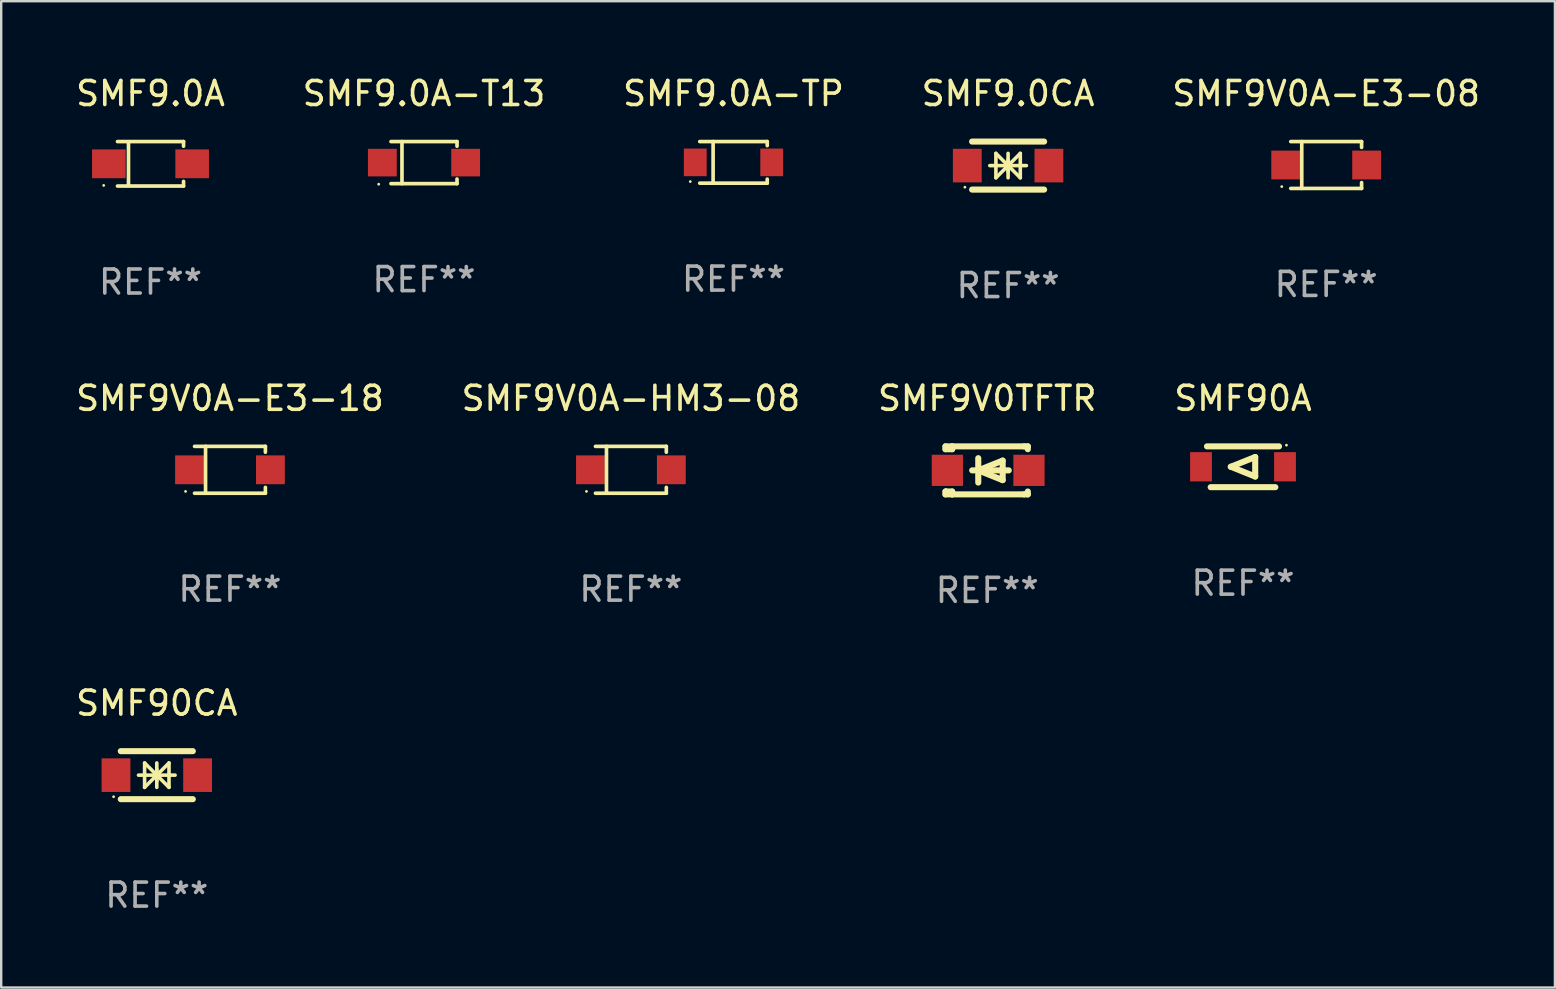
<source format=kicad_pcb>
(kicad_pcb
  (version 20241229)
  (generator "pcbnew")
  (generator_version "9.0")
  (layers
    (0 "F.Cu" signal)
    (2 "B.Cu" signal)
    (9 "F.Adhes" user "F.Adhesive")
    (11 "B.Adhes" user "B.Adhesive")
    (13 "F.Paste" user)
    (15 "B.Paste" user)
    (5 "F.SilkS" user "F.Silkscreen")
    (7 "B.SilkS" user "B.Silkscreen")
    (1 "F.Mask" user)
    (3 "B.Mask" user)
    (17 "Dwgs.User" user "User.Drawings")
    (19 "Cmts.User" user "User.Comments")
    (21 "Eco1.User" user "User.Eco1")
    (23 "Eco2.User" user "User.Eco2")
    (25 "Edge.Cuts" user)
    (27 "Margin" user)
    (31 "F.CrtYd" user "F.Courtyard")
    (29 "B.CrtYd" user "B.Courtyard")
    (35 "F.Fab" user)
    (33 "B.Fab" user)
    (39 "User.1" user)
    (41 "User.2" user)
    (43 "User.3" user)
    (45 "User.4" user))
  (footprint "SMF9V0A-E3-08"
    (layer "F.Cu")
    (at 52.196 3.824)
    (property "Reference" "SMF9V0A-E3-08" (at 0 -2.976 0) (layer "F.SilkS") (effects (font (size 1 1) (thickness 0.15))))
    (attr through_hole)
    (fp_line (start -1.476 -0.976) (end 1.476 -0.976) (stroke (width 0.152) (type solid)) (layer "F.SilkS"))
    (fp_line (start -1.476 0.976) (end 1.476 0.976) (stroke (width 0.152) (type solid)) (layer "F.SilkS"))
    (fp_line (start -1.017 -0.976) (end -1.017 0.976) (stroke (width 0.152) (type solid)) (layer "F.SilkS"))
    (fp_line (start 1.476 -0.976) (end 1.476 -0.733) (stroke (width 0.152) (type solid)) (layer "F.SilkS"))
    (fp_line (start 1.476 0.976) (end 1.476 0.733) (stroke (width 0.152) (type solid)) (layer "F.SilkS"))
    (fp_circle (center -1.85 0.9) (end -1.82 0.9) (stroke (width 0.06) (type solid)) (fill no) (layer "F.SilkS"))
    (fp_text user "REF**" (at 0 4.976 0) (layer "F.Fab") (effects (font (size 1 1) (thickness 0.15))))
    (pad "1" smd rect (at -1.685 0) (size 1.2 1.2) (layers "F.Cu" "F.Mask" "F.Paste"))
    (pad "2" smd rect (at 1.685 0) (size 1.2 1.2) (layers "F.Cu" "F.Mask" "F.Paste")))
  (footprint "SMF9.0A"
    (layer "F.Cu")
    (at 3.22 3.774)
    (property "Reference" "SMF9.0A" (at 0 -2.926 0) (layer "F.SilkS") (effects (font (size 1 1) (thickness 0.15))))
    (attr through_hole)
    (fp_line (start -1.376 -0.926) (end 1.376 -0.926) (stroke (width 0.152) (type solid)) (layer "F.SilkS"))
    (fp_line (start -1.376 0.926) (end 1.376 0.926) (stroke (width 0.152) (type solid)) (layer "F.SilkS"))
    (fp_line (start -0.917 -0.876) (end -0.917 0.876) (stroke (width 0.152) (type solid)) (layer "F.SilkS"))
    (fp_line (start 1.376 -0.926) (end 1.376 -0.733) (stroke (width 0.152) (type solid)) (layer "F.SilkS"))
    (fp_line (start 1.376 0.926) (end 1.376 0.733) (stroke (width 0.152) (type solid)) (layer "F.SilkS"))
    (fp_circle (center -1.95 0.9) (end -1.92 0.9) (stroke (width 0.06) (type solid)) (fill no) (layer "F.SilkS"))
    (fp_text user "REF**" (at 0 4.926 0) (layer "F.Fab") (effects (font (size 1 1) (thickness 0.15))))
    (pad "1" smd rect (at -1.735 0) (size 1.4 1.2) (layers "F.Cu" "F.Mask" "F.Paste"))
    (pad "2" smd rect (at 1.735 0) (size 1.4 1.2) (layers "F.Cu" "F.Mask" "F.Paste")))
  (footprint "SMF9V0TFTR"
    (layer "F.Cu")
    (at 38.077 16.545)
    (property "Reference" "SMF9V0TFTR" (at 0 -3 0) (layer "F.SilkS") (effects (font (size 1 1) (thickness 0.15))))
    (attr through_hole)
    (fp_line (start -1.739 -1) (end -1.739 -0.882) (stroke (width 0.254) (type solid)) (layer "F.SilkS"))
    (fp_line (start -1.739 1) (end -1.739 0.881) (stroke (width 0.254) (type solid)) (layer "F.SilkS"))
    (fp_line (start -1.461 -1) (end -1.739 -1) (stroke (width 0.254) (type solid)) (layer "F.SilkS"))
    (fp_line (start -1.461 -1) (end -1.461 -0.882) (stroke (width 0.254) (type solid)) (layer "F.SilkS"))
    (fp_line (start -1.461 -1) (end 1.539 -1) (stroke (width 0.254) (type solid)) (layer "F.SilkS"))
    (fp_line (start -1.461 -0.882) (end -1.739 -0.882) (stroke (width 0.254) (type solid)) (layer "F.SilkS"))
    (fp_line (start -1.461 0.881) (end -1.739 0.881) (stroke (width 0.254) (type solid)) (layer "F.SilkS"))
    (fp_line (start -1.461 0.881) (end -1.461 1) (stroke (width 0.254) (type solid)) (layer "F.SilkS"))
    (fp_line (start -1.461 1) (end -1.739 1) (stroke (width 0.254) (type solid)) (layer "F.SilkS"))
    (fp_line (start -0.628 -0.000394) (end 0.896 -0.000394) (stroke (width 0.254) (type solid)) (layer "F.SilkS"))
    (fp_line (start -0.374 -0.508) (end -0.374 0.508) (stroke (width 0.254) (type solid)) (layer "F.SilkS"))
    (fp_line (start -0.374 -0.000394) (end 0.642 -0.407) (stroke (width 0.254) (type solid)) (layer "F.SilkS"))
    (fp_line (start 0.642 -0.407) (end 0.642 0.406) (stroke (width 0.254) (type solid)) (layer "F.SilkS"))
    (fp_line (start 0.642 0.406) (end -0.374 -0.000394) (stroke (width 0.254) (type solid)) (layer "F.SilkS"))
    (fp_line (start 1.539 -1) (end 1.69 -1) (stroke (width 0.254) (type solid)) (layer "F.SilkS"))
    (fp_line (start 1.539 1) (end -1.461 1) (stroke (width 0.254) (type solid)) (layer "F.SilkS"))
    (fp_line (start 1.689 0.881) (end 1.689 1) (stroke (width 0.254) (type solid)) (layer "F.SilkS"))
    (fp_line (start 1.689 1) (end 1.539 1) (stroke (width 0.254) (type solid)) (layer "F.SilkS"))
    (fp_line (start 1.69 -1) (end 1.69 -0.882) (stroke (width 0.254) (type solid)) (layer "F.SilkS"))
    (fp_circle (center -1.711 0.8) (end -1.681 0.8) (stroke (width 0.06) (type solid)) (fill no) (layer "F.SilkS"))
    (fp_text user "REF**" (at 0 5 0) (layer "F.Fab") (effects (font (size 1 1) (thickness 0.15))))
    (pad "1" smd rect (at -1.661 -0.000394) (size 1.3 1.3) (layers "F.Cu" "F.Mask" "F.Paste"))
    (pad "2" smd rect (at 1.739 -0.000394) (size 1.3 1.3) (layers "F.Cu" "F.Mask" "F.Paste")))
  (footprint "SMF90CA"
    (layer "F.Cu")
    (at 3.482 29.242)
    (property "Reference" "SMF90CA" (at 0 -3 0) (layer "F.SilkS") (effects (font (size 1 1) (thickness 0.15))))
    (attr through_hole)
    (fp_line (start -1.5 -1) (end 1.5 -1) (stroke (width 0.254) (type solid)) (layer "F.SilkS"))
    (fp_line (start -1.5 1) (end 1.5 1) (stroke (width 0.254) (type solid)) (layer "F.SilkS"))
    (fp_line (start -0.762 0) (end 0.762 0) (stroke (width 0.15) (type solid)) (layer "F.SilkS"))
    (fp_line (start -0.508 -0.508) (end -0.508 0.508) (stroke (width 0.15) (type solid)) (layer "F.SilkS"))
    (fp_line (start 0 -0.508) (end 0 0.508) (stroke (width 0.15) (type solid)) (layer "F.SilkS"))
    (fp_line (start 0 0) (end -0.508 -0.508) (stroke (width 0.15) (type solid)) (layer "F.SilkS"))
    (fp_line (start 0 0) (end -0.508 0.508) (stroke (width 0.15) (type solid)) (layer "F.SilkS"))
    (fp_line (start 0 0) (end 0.508 -0.508) (stroke (width 0.15) (type solid)) (layer "F.SilkS"))
    (fp_line (start 0 0) (end 0.508 0.508) (stroke (width 0.15) (type solid)) (layer "F.SilkS"))
    (fp_line (start 0 0.254) (end 0 -0.254) (stroke (width 0.15) (type solid)) (layer "F.SilkS"))
    (fp_line (start 0.508 0.508) (end 0.508 -0.508) (stroke (width 0.15) (type solid)) (layer "F.SilkS"))
    (fp_circle (center -1.8 0.9) (end -1.77 0.9) (stroke (width 0.06) (type solid)) (fill no) (layer "F.SilkS"))
    (fp_text user "REF**" (at 0 5 0) (layer "F.Fab") (effects (font (size 1 1) (thickness 0.15))))
    (pad "1" smd rect (at -1.7 0) (size 1.2 1.4) (layers "F.Cu" "F.Mask" "F.Paste"))
    (pad "2" smd rect (at 1.7 0) (size 1.2 1.4) (layers "F.Cu" "F.Mask" "F.Paste")))
  (footprint "SMF9.0CA"
    (layer "F.Cu")
    (at 38.946 3.848)
    (property "Reference" "SMF9.0CA" (at 0 -3 0) (layer "F.SilkS") (effects (font (size 1 1) (thickness 0.15))))
    (attr through_hole)
    (fp_line (start -1.5 -1) (end 1.5 -1) (stroke (width 0.254) (type solid)) (layer "F.SilkS"))
    (fp_line (start -1.5 1) (end 1.5 1) (stroke (width 0.254) (type solid)) (layer "F.SilkS"))
    (fp_line (start -0.762 0) (end 0.762 0) (stroke (width 0.15) (type solid)) (layer "F.SilkS"))
    (fp_line (start -0.508 -0.508) (end -0.508 0.508) (stroke (width 0.15) (type solid)) (layer "F.SilkS"))
    (fp_line (start 0 -0.508) (end 0 0.508) (stroke (width 0.15) (type solid)) (layer "F.SilkS"))
    (fp_line (start 0 0) (end -0.508 -0.508) (stroke (width 0.15) (type solid)) (layer "F.SilkS"))
    (fp_line (start 0 0) (end -0.508 0.508) (stroke (width 0.15) (type solid)) (layer "F.SilkS"))
    (fp_line (start 0 0) (end 0.508 -0.508) (stroke (width 0.15) (type solid)) (layer "F.SilkS"))
    (fp_line (start 0 0) (end 0.508 0.508) (stroke (width 0.15) (type solid)) (layer "F.SilkS"))
    (fp_line (start 0 0.254) (end 0 -0.254) (stroke (width 0.15) (type solid)) (layer "F.SilkS"))
    (fp_line (start 0.508 0.508) (end 0.508 -0.508) (stroke (width 0.15) (type solid)) (layer "F.SilkS"))
    (fp_circle (center -1.8 0.9) (end -1.77 0.9) (stroke (width 0.06) (type solid)) (fill no) (layer "F.SilkS"))
    (fp_text user "REF**" (at 0 5 0) (layer "F.Fab") (effects (font (size 1 1) (thickness 0.15))))
    (pad "1" smd rect (at -1.7 0) (size 1.2 1.4) (layers "F.Cu" "F.Mask" "F.Paste"))
    (pad "2" smd rect (at 1.7 0) (size 1.2 1.4) (layers "F.Cu" "F.Mask" "F.Paste")))
  (footprint "SMF9V0A-E3-18"
    (layer "F.Cu")
    (at 6.53 16.521)
    (property "Reference" "SMF9V0A-E3-18" (at 0 -2.976 0) (layer "F.SilkS") (effects (font (size 1 1) (thickness 0.15))))
    (attr through_hole)
    (fp_line (start -1.476 -0.976) (end 1.476 -0.976) (stroke (width 0.152) (type solid)) (layer "F.SilkS"))
    (fp_line (start -1.476 0.976) (end 1.476 0.976) (stroke (width 0.152) (type solid)) (layer "F.SilkS"))
    (fp_line (start -1.017 -0.976) (end -1.017 0.976) (stroke (width 0.152) (type solid)) (layer "F.SilkS"))
    (fp_line (start 1.476 -0.976) (end 1.476 -0.733) (stroke (width 0.152) (type solid)) (layer "F.SilkS"))
    (fp_line (start 1.476 0.976) (end 1.476 0.733) (stroke (width 0.152) (type solid)) (layer "F.SilkS"))
    (fp_circle (center -1.85 0.9) (end -1.82 0.9) (stroke (width 0.06) (type solid)) (fill no) (layer "F.SilkS"))
    (fp_text user "REF**" (at 0 4.976 0) (layer "F.Fab") (effects (font (size 1 1) (thickness 0.15))))
    (pad "1" smd rect (at -1.685 0) (size 1.2 1.2) (layers "F.Cu" "F.Mask" "F.Paste"))
    (pad "2" smd rect (at 1.685 0) (size 1.2 1.2) (layers "F.Cu" "F.Mask" "F.Paste")))
  (footprint "SMF9V0A-HM3-08"
    (layer "F.Cu")
    (at 23.232 16.521)
    (property "Reference" "SMF9V0A-HM3-08" (at 0 -2.976 0) (layer "F.SilkS") (effects (font (size 1 1) (thickness 0.15))))
    (attr through_hole)
    (fp_line (start -1.476 -0.976) (end 1.476 -0.976) (stroke (width 0.152) (type solid)) (layer "F.SilkS"))
    (fp_line (start -1.476 0.976) (end 1.476 0.976) (stroke (width 0.152) (type solid)) (layer "F.SilkS"))
    (fp_line (start -1.017 -0.976) (end -1.017 0.976) (stroke (width 0.152) (type solid)) (layer "F.SilkS"))
    (fp_line (start 1.476 -0.976) (end 1.476 -0.733) (stroke (width 0.152) (type solid)) (layer "F.SilkS"))
    (fp_line (start 1.476 0.976) (end 1.476 0.733) (stroke (width 0.152) (type solid)) (layer "F.SilkS"))
    (fp_circle (center -1.85 0.9) (end -1.82 0.9) (stroke (width 0.06) (type solid)) (fill no) (layer "F.SilkS"))
    (fp_text user "REF**" (at 0 4.976 0) (layer "F.Fab") (effects (font (size 1 1) (thickness 0.15))))
    (pad "1" smd rect (at -1.685 0) (size 1.2 1.2) (layers "F.Cu" "F.Mask" "F.Paste"))
    (pad "2" smd rect (at 1.685 0) (size 1.2 1.2) (layers "F.Cu" "F.Mask" "F.Paste")))
  (footprint "SMF9.0A-TP"
    (layer "F.Cu")
    (at 27.506 3.714)
    (property "Reference" "SMF9.0A-TP" (at 0 -2.866 0) (layer "F.SilkS") (effects (font (size 1 1) (thickness 0.15))))
    (attr through_hole)
    (fp_line (start -1.406 -0.866) (end 1.406 -0.866) (stroke (width 0.152) (type solid)) (layer "F.SilkS"))
    (fp_line (start -1.406 0.866) (end 1.406 0.866) (stroke (width 0.152) (type solid)) (layer "F.SilkS"))
    (fp_line (start -0.849 -0.866) (end -0.849 0.866) (stroke (width 0.152) (type solid)) (layer "F.SilkS"))
    (fp_line (start 1.406 -0.866) (end 1.406 -0.698) (stroke (width 0.152) (type solid)) (layer "F.SilkS"))
    (fp_line (start 1.406 0.866) (end 1.406 0.698) (stroke (width 0.152) (type solid)) (layer "F.SilkS"))
    (fp_circle (center -1.8 0.8) (end -1.77 0.8) (stroke (width 0.06) (type solid)) (fill no) (layer "F.SilkS"))
    (fp_text user "REF**" (at 0 4.866 0) (layer "F.Fab") (effects (font (size 1 1) (thickness 0.15))))
    (pad "1" smd rect (at -1.592 0) (size 0.95 1.15) (layers "F.Cu" "F.Mask" "F.Paste"))
    (pad "2" smd rect (at 1.592 0) (size 0.95 1.15) (layers "F.Cu" "F.Mask" "F.Paste")))
  (footprint "SMF9.0A-T13"
    (layer "F.Cu")
    (at 14.613 3.724)
    (property "Reference" "SMF9.0A-T13" (at 0 -2.876 0) (layer "F.SilkS") (effects (font (size 1 1) (thickness 0.15))))
    (attr through_hole)
    (fp_line (start -1.376 -0.876) (end 1.376 -0.876) (stroke (width 0.152) (type solid)) (layer "F.SilkS"))
    (fp_line (start -1.376 0.876) (end 1.376 0.876) (stroke (width 0.152) (type solid)) (layer "F.SilkS"))
    (fp_line (start -0.917 -0.876) (end -0.917 0.876) (stroke (width 0.152) (type solid)) (layer "F.SilkS"))
    (fp_line (start 1.376 -0.876) (end 1.376 -0.683) (stroke (width 0.152) (type solid)) (layer "F.SilkS"))
    (fp_line (start 1.376 0.876) (end 1.376 0.683) (stroke (width 0.152) (type solid)) (layer "F.SilkS"))
    (fp_circle (center -1.887 0.9) (end -1.857 0.9) (stroke (width 0.06) (type solid)) (fill no) (layer "F.SilkS"))
    (fp_text user "REF**" (at 0 4.876 0) (layer "F.Fab") (effects (font (size 1 1) (thickness 0.15))))
    (pad "1" smd rect (at -1.735 0) (size 1.2 1.15) (layers "F.Cu" "F.Mask" "F.Paste"))
    (pad "2" smd rect (at 1.735 0) (size 1.2 1.15) (layers "F.Cu" "F.Mask" "F.Paste")))
  (footprint "SMF90A"
    (layer "F.Cu")
    (at 48.732 16.395)
    (property "Reference" "SMF90A" (at 0 -2.85 0) (layer "F.SilkS") (effects (font (size 1 1) (thickness 0.15))))
    (attr through_hole)
    (fp_line (start -1.5 -0.85) (end 1.5 -0.85) (stroke (width 0.254) (type solid)) (layer "F.SilkS"))
    (fp_line (start -0.508 0) (end 0.508 -0.406) (stroke (width 0.254) (type solid)) (layer "F.SilkS"))
    (fp_line (start 0.508 -0.406) (end 0.508 0.406) (stroke (width 0.254) (type solid)) (layer "F.SilkS"))
    (fp_line (start 0.508 0.406) (end -0.508 0) (stroke (width 0.254) (type solid)) (layer "F.SilkS"))
    (fp_line (start 1.346 0.85) (end -1.346 0.85) (stroke (width 0.254) (type solid)) (layer "F.SilkS"))
    (fp_circle (center 1.81 -0.9) (end 1.84 -0.9) (stroke (width 0.06) (type solid)) (fill no) (layer "F.SilkS"))
    (fp_text user "REF**" (at 0 4.85 0) (layer "F.Fab") (effects (font (size 1 1) (thickness 0.15))))
    (pad "1" smd rect (at 1.75 0) (size 0.909 1.219) (layers "F.Cu" "F.Mask" "F.Paste"))
    (pad "2" smd rect (at -1.75 0) (size 0.909 1.219) (layers "F.Cu" "F.Mask" "F.Paste")))
  (gr_rect
    (start -3 -3)
    (end 61.726 38.09)
    (stroke (width 0.1) (type default))
    (fill no)
    (layer "Edge.Cuts")))
</source>
